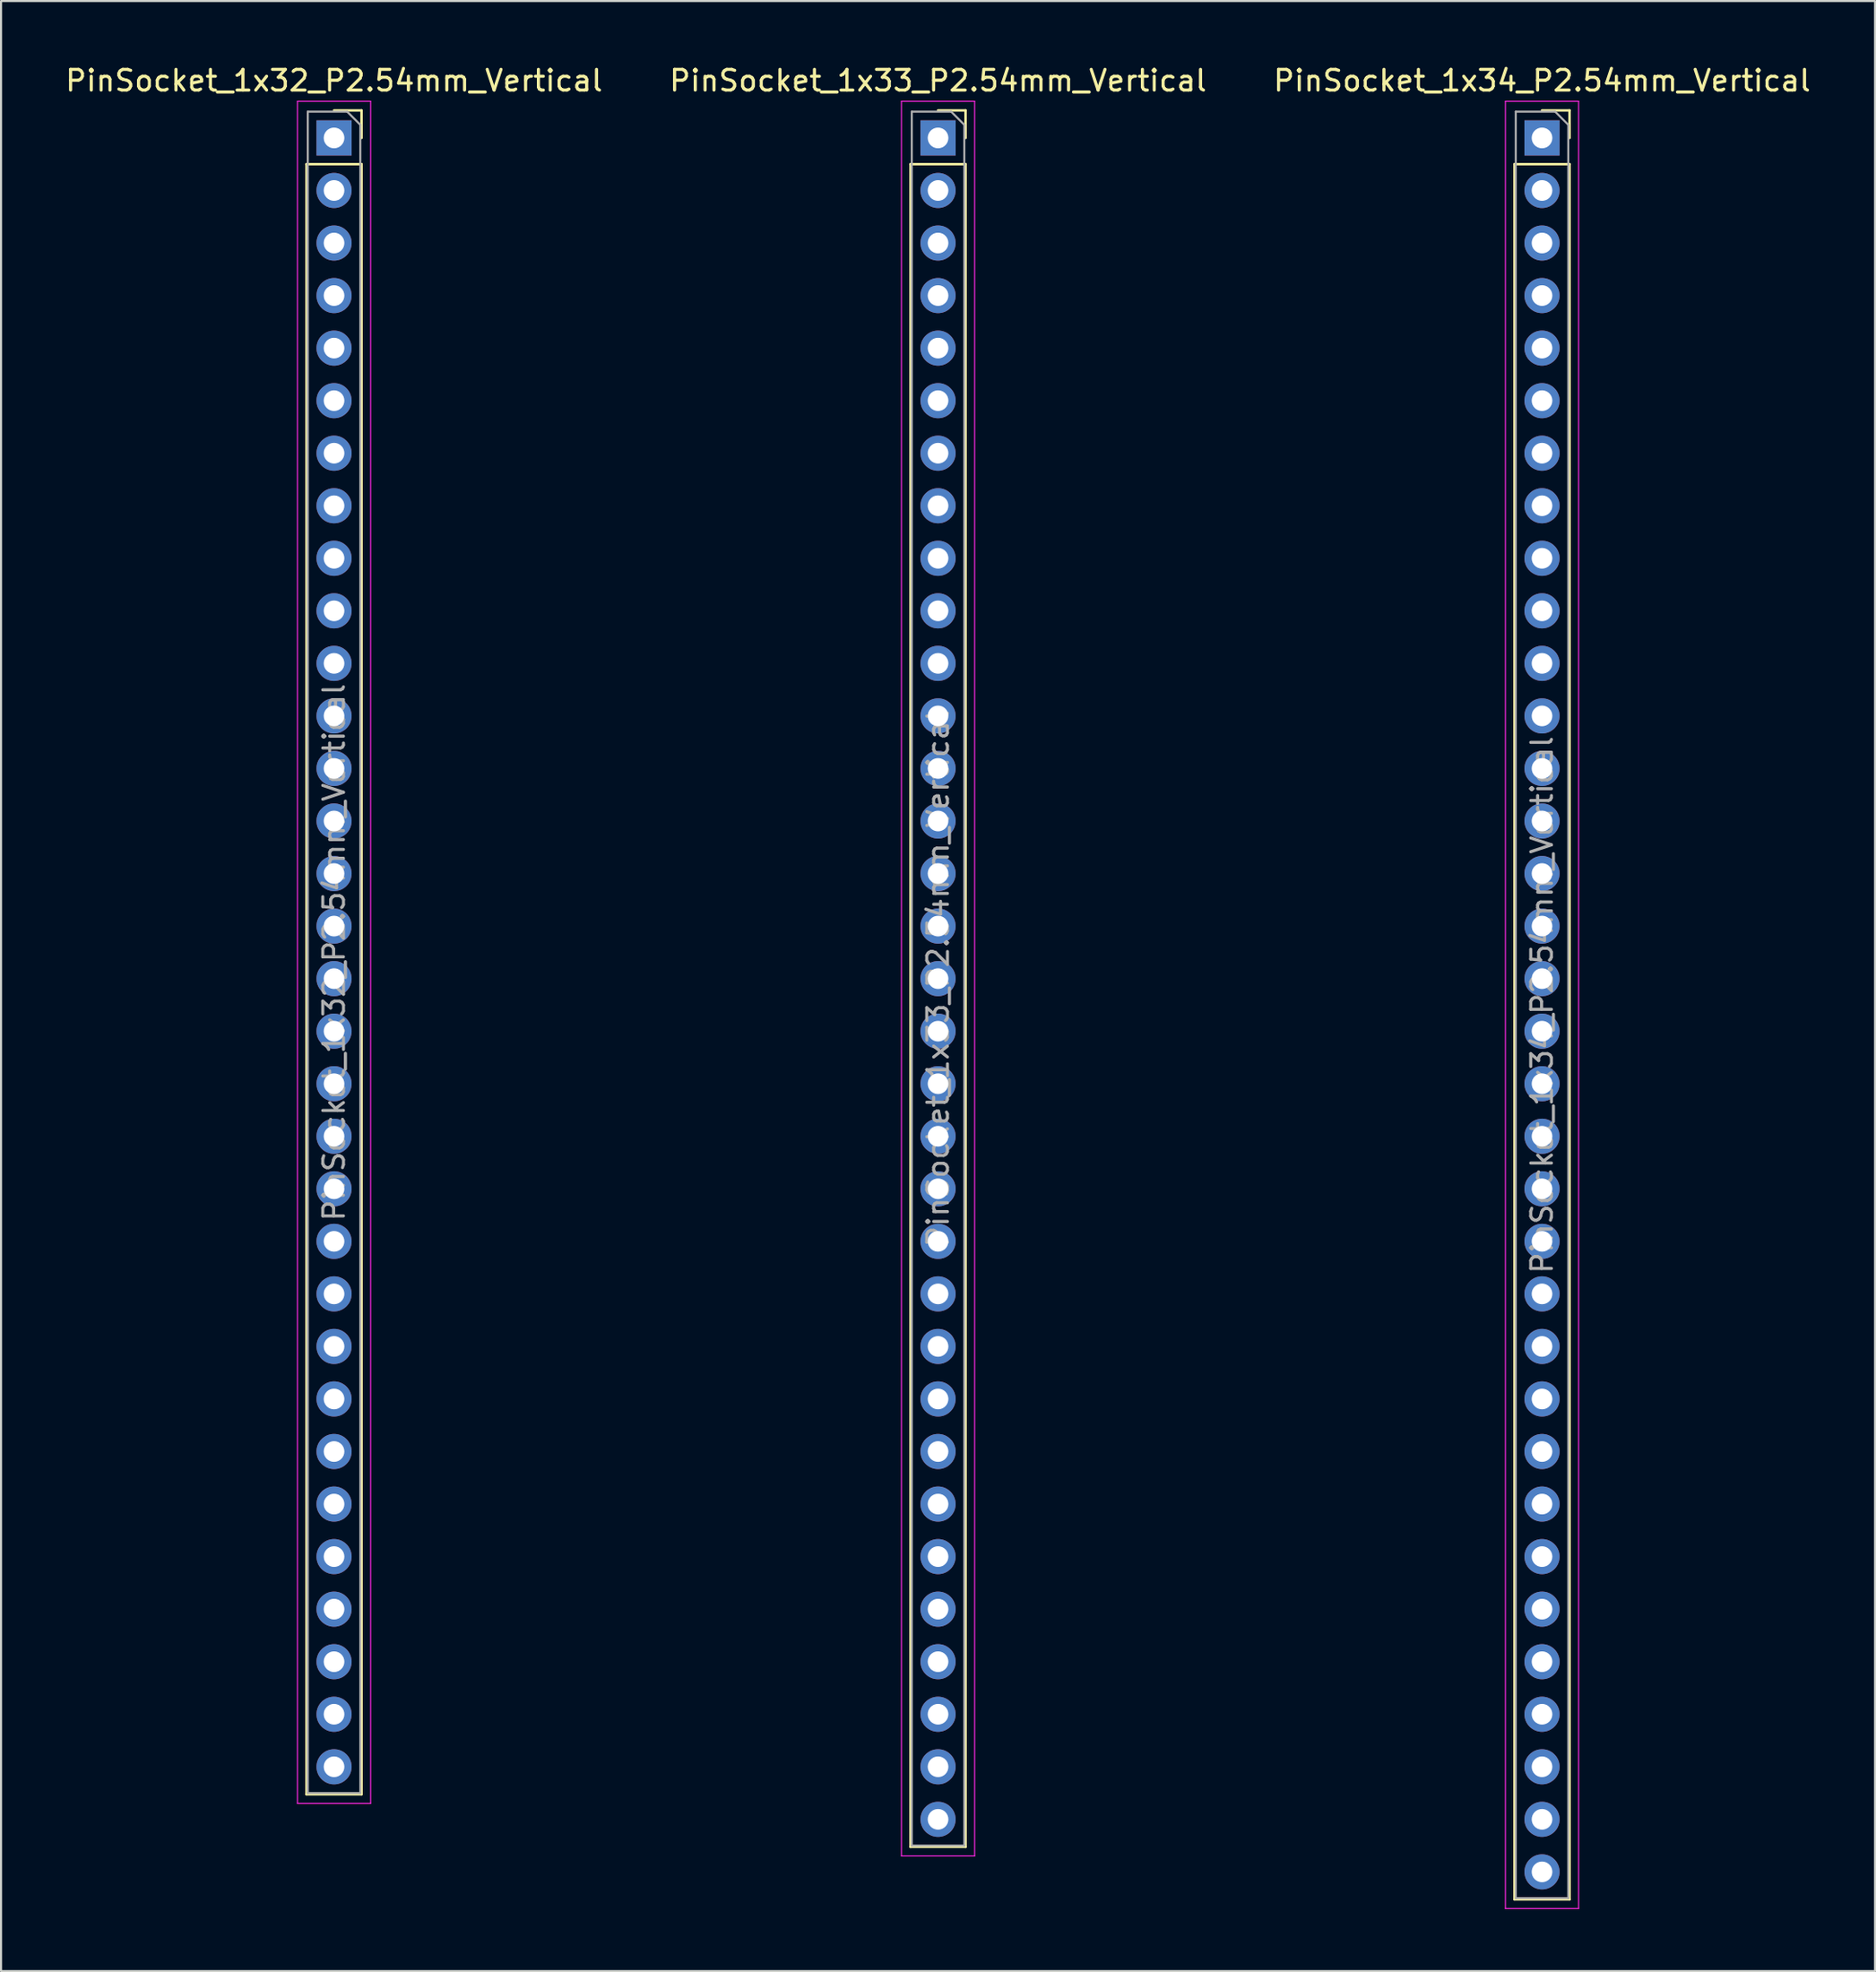
<source format=kicad_pcb>
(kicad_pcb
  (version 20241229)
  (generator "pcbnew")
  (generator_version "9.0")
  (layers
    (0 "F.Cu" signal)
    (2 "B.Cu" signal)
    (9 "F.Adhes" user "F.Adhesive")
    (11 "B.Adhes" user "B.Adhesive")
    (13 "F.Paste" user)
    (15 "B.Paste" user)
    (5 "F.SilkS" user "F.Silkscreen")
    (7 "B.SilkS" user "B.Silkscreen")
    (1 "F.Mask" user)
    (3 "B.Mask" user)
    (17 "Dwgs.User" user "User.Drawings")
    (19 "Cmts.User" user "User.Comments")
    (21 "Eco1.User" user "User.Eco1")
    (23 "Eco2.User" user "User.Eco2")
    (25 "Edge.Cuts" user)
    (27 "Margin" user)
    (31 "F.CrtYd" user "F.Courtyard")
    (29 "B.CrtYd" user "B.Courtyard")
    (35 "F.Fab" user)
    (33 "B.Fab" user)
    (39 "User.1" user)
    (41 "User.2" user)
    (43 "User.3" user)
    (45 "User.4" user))
  (footprint "PinSocket_1x33_P2.54mm_Vertical"
    (layer "F.Cu")
    (at 42.304 3.618)
    (property "Reference" "PinSocket_1x33_P2.54mm_Vertical" (at 0 -2.77 0) (layer "F.SilkS") (effects (font (size 1 1) (thickness 0.15))))
    (attr through_hole)
    (fp_line (start -1.33 1.27) (end -1.33 82.61) (stroke (width 0.12) (type solid)) (layer "F.SilkS"))
    (fp_line (start -1.33 1.27) (end 1.33 1.27) (stroke (width 0.12) (type solid)) (layer "F.SilkS"))
    (fp_line (start -1.33 82.61) (end 1.33 82.61) (stroke (width 0.12) (type solid)) (layer "F.SilkS"))
    (fp_line (start 0 -1.33) (end 1.33 -1.33) (stroke (width 0.12) (type solid)) (layer "F.SilkS"))
    (fp_line (start 1.33 -1.33) (end 1.33 0) (stroke (width 0.12) (type solid)) (layer "F.SilkS"))
    (fp_line (start 1.33 1.27) (end 1.33 82.61) (stroke (width 0.12) (type solid)) (layer "F.SilkS"))
    (fp_line (start -1.77 -1.77) (end 1.77 -1.77) (stroke (width 0.05) (type solid)) (layer "F.CrtYd"))
    (fp_line (start -1.77 83.05) (end -1.77 -1.77) (stroke (width 0.05) (type solid)) (layer "F.CrtYd"))
    (fp_line (start 1.77 -1.77) (end 1.77 83.05) (stroke (width 0.05) (type solid)) (layer "F.CrtYd"))
    (fp_line (start 1.77 83.05) (end -1.77 83.05) (stroke (width 0.05) (type solid)) (layer "F.CrtYd"))
    (fp_line (start -1.27 -1.27) (end 0.635 -1.27) (stroke (width 0.1) (type solid)) (layer "F.Fab"))
    (fp_line (start -1.27 82.55) (end -1.27 -1.27) (stroke (width 0.1) (type solid)) (layer "F.Fab"))
    (fp_line (start 0.635 -1.27) (end 1.27 -0.635) (stroke (width 0.1) (type solid)) (layer "F.Fab"))
    (fp_line (start 1.27 -0.635) (end 1.27 82.55) (stroke (width 0.1) (type solid)) (layer "F.Fab"))
    (fp_line (start 1.27 82.55) (end -1.27 82.55) (stroke (width 0.1) (type solid)) (layer "F.Fab"))
    (fp_text user "${REFERENCE}" (at 0 40.64 90) (layer "F.Fab") (effects (font (size 1 1) (thickness 0.15))))
    (pad "1" thru_hole rect (at 0 0) (size 1.7 1.7) (drill 1) (layers "*.Cu" "*.Mask"))
    (pad "2" thru_hole circle (at 0 2.54) (size 1.7 1.7) (drill 1) (layers "*.Cu" "*.Mask"))
    (pad "3" thru_hole circle (at 0 5.08) (size 1.7 1.7) (drill 1) (layers "*.Cu" "*.Mask"))
    (pad "4" thru_hole circle (at 0 7.62) (size 1.7 1.7) (drill 1) (layers "*.Cu" "*.Mask"))
    (pad "5" thru_hole circle (at 0 10.16) (size 1.7 1.7) (drill 1) (layers "*.Cu" "*.Mask"))
    (pad "6" thru_hole circle (at 0 12.7) (size 1.7 1.7) (drill 1) (layers "*.Cu" "*.Mask"))
    (pad "7" thru_hole circle (at 0 15.24) (size 1.7 1.7) (drill 1) (layers "*.Cu" "*.Mask"))
    (pad "8" thru_hole circle (at 0 17.78) (size 1.7 1.7) (drill 1) (layers "*.Cu" "*.Mask"))
    (pad "9" thru_hole circle (at 0 20.32) (size 1.7 1.7) (drill 1) (layers "*.Cu" "*.Mask"))
    (pad "10" thru_hole circle (at 0 22.86) (size 1.7 1.7) (drill 1) (layers "*.Cu" "*.Mask"))
    (pad "11" thru_hole circle (at 0 25.4) (size 1.7 1.7) (drill 1) (layers "*.Cu" "*.Mask"))
    (pad "12" thru_hole circle (at 0 27.94) (size 1.7 1.7) (drill 1) (layers "*.Cu" "*.Mask"))
    (pad "13" thru_hole circle (at 0 30.48) (size 1.7 1.7) (drill 1) (layers "*.Cu" "*.Mask"))
    (pad "14" thru_hole circle (at 0 33.02) (size 1.7 1.7) (drill 1) (layers "*.Cu" "*.Mask"))
    (pad "15" thru_hole circle (at 0 35.56) (size 1.7 1.7) (drill 1) (layers "*.Cu" "*.Mask"))
    (pad "16" thru_hole circle (at 0 38.1) (size 1.7 1.7) (drill 1) (layers "*.Cu" "*.Mask"))
    (pad "17" thru_hole circle (at 0 40.64) (size 1.7 1.7) (drill 1) (layers "*.Cu" "*.Mask"))
    (pad "18" thru_hole circle (at 0 43.18) (size 1.7 1.7) (drill 1) (layers "*.Cu" "*.Mask"))
    (pad "19" thru_hole circle (at 0 45.72) (size 1.7 1.7) (drill 1) (layers "*.Cu" "*.Mask"))
    (pad "20" thru_hole circle (at 0 48.26) (size 1.7 1.7) (drill 1) (layers "*.Cu" "*.Mask"))
    (pad "21" thru_hole circle (at 0 50.8) (size 1.7 1.7) (drill 1) (layers "*.Cu" "*.Mask"))
    (pad "22" thru_hole circle (at 0 53.34) (size 1.7 1.7) (drill 1) (layers "*.Cu" "*.Mask"))
    (pad "23" thru_hole circle (at 0 55.88) (size 1.7 1.7) (drill 1) (layers "*.Cu" "*.Mask"))
    (pad "24" thru_hole circle (at 0 58.42) (size 1.7 1.7) (drill 1) (layers "*.Cu" "*.Mask"))
    (pad "25" thru_hole circle (at 0 60.96) (size 1.7 1.7) (drill 1) (layers "*.Cu" "*.Mask"))
    (pad "26" thru_hole circle (at 0 63.5) (size 1.7 1.7) (drill 1) (layers "*.Cu" "*.Mask"))
    (pad "27" thru_hole circle (at 0 66.04) (size 1.7 1.7) (drill 1) (layers "*.Cu" "*.Mask"))
    (pad "28" thru_hole circle (at 0 68.58) (size 1.7 1.7) (drill 1) (layers "*.Cu" "*.Mask"))
    (pad "29" thru_hole circle (at 0 71.12) (size 1.7 1.7) (drill 1) (layers "*.Cu" "*.Mask"))
    (pad "30" thru_hole circle (at 0 73.66) (size 1.7 1.7) (drill 1) (layers "*.Cu" "*.Mask"))
    (pad "31" thru_hole circle (at 0 76.2) (size 1.7 1.7) (drill 1) (layers "*.Cu" "*.Mask"))
    (pad "32" thru_hole circle (at 0 78.74) (size 1.7 1.7) (drill 1) (layers "*.Cu" "*.Mask"))
    (pad "33" thru_hole circle (at 0 81.28) (size 1.7 1.7) (drill 1) (layers "*.Cu" "*.Mask")))
  (footprint "PinSocket_1x34_P2.54mm_Vertical"
    (layer "F.Cu")
    (at 71.506 3.618)
    (property "Reference" "PinSocket_1x34_P2.54mm_Vertical" (at 0 -2.77 0) (layer "F.SilkS") (effects (font (size 1 1) (thickness 0.15))))
    (attr through_hole)
    (fp_line (start -1.33 1.27) (end -1.33 85.15) (stroke (width 0.12) (type solid)) (layer "F.SilkS"))
    (fp_line (start -1.33 1.27) (end 1.33 1.27) (stroke (width 0.12) (type solid)) (layer "F.SilkS"))
    (fp_line (start -1.33 85.15) (end 1.33 85.15) (stroke (width 0.12) (type solid)) (layer "F.SilkS"))
    (fp_line (start 0 -1.33) (end 1.33 -1.33) (stroke (width 0.12) (type solid)) (layer "F.SilkS"))
    (fp_line (start 1.33 -1.33) (end 1.33 0) (stroke (width 0.12) (type solid)) (layer "F.SilkS"))
    (fp_line (start 1.33 1.27) (end 1.33 85.15) (stroke (width 0.12) (type solid)) (layer "F.SilkS"))
    (fp_line (start -1.77 -1.77) (end 1.77 -1.77) (stroke (width 0.05) (type solid)) (layer "F.CrtYd"))
    (fp_line (start -1.77 85.59) (end -1.77 -1.77) (stroke (width 0.05) (type solid)) (layer "F.CrtYd"))
    (fp_line (start 1.77 -1.77) (end 1.77 85.59) (stroke (width 0.05) (type solid)) (layer "F.CrtYd"))
    (fp_line (start 1.77 85.59) (end -1.77 85.59) (stroke (width 0.05) (type solid)) (layer "F.CrtYd"))
    (fp_line (start -1.27 -1.27) (end 0.635 -1.27) (stroke (width 0.1) (type solid)) (layer "F.Fab"))
    (fp_line (start -1.27 85.09) (end -1.27 -1.27) (stroke (width 0.1) (type solid)) (layer "F.Fab"))
    (fp_line (start 0.635 -1.27) (end 1.27 -0.635) (stroke (width 0.1) (type solid)) (layer "F.Fab"))
    (fp_line (start 1.27 -0.635) (end 1.27 85.09) (stroke (width 0.1) (type solid)) (layer "F.Fab"))
    (fp_line (start 1.27 85.09) (end -1.27 85.09) (stroke (width 0.1) (type solid)) (layer "F.Fab"))
    (fp_text user "${REFERENCE}" (at 0 41.91 90) (layer "F.Fab") (effects (font (size 1 1) (thickness 0.15))))
    (pad "1" thru_hole rect (at 0 0) (size 1.7 1.7) (drill 1) (layers "*.Cu" "*.Mask"))
    (pad "2" thru_hole circle (at 0 2.54) (size 1.7 1.7) (drill 1) (layers "*.Cu" "*.Mask"))
    (pad "3" thru_hole circle (at 0 5.08) (size 1.7 1.7) (drill 1) (layers "*.Cu" "*.Mask"))
    (pad "4" thru_hole circle (at 0 7.62) (size 1.7 1.7) (drill 1) (layers "*.Cu" "*.Mask"))
    (pad "5" thru_hole circle (at 0 10.16) (size 1.7 1.7) (drill 1) (layers "*.Cu" "*.Mask"))
    (pad "6" thru_hole circle (at 0 12.7) (size 1.7 1.7) (drill 1) (layers "*.Cu" "*.Mask"))
    (pad "7" thru_hole circle (at 0 15.24) (size 1.7 1.7) (drill 1) (layers "*.Cu" "*.Mask"))
    (pad "8" thru_hole circle (at 0 17.78) (size 1.7 1.7) (drill 1) (layers "*.Cu" "*.Mask"))
    (pad "9" thru_hole circle (at 0 20.32) (size 1.7 1.7) (drill 1) (layers "*.Cu" "*.Mask"))
    (pad "10" thru_hole circle (at 0 22.86) (size 1.7 1.7) (drill 1) (layers "*.Cu" "*.Mask"))
    (pad "11" thru_hole circle (at 0 25.4) (size 1.7 1.7) (drill 1) (layers "*.Cu" "*.Mask"))
    (pad "12" thru_hole circle (at 0 27.94) (size 1.7 1.7) (drill 1) (layers "*.Cu" "*.Mask"))
    (pad "13" thru_hole circle (at 0 30.48) (size 1.7 1.7) (drill 1) (layers "*.Cu" "*.Mask"))
    (pad "14" thru_hole circle (at 0 33.02) (size 1.7 1.7) (drill 1) (layers "*.Cu" "*.Mask"))
    (pad "15" thru_hole circle (at 0 35.56) (size 1.7 1.7) (drill 1) (layers "*.Cu" "*.Mask"))
    (pad "16" thru_hole circle (at 0 38.1) (size 1.7 1.7) (drill 1) (layers "*.Cu" "*.Mask"))
    (pad "17" thru_hole circle (at 0 40.64) (size 1.7 1.7) (drill 1) (layers "*.Cu" "*.Mask"))
    (pad "18" thru_hole circle (at 0 43.18) (size 1.7 1.7) (drill 1) (layers "*.Cu" "*.Mask"))
    (pad "19" thru_hole circle (at 0 45.72) (size 1.7 1.7) (drill 1) (layers "*.Cu" "*.Mask"))
    (pad "20" thru_hole circle (at 0 48.26) (size 1.7 1.7) (drill 1) (layers "*.Cu" "*.Mask"))
    (pad "21" thru_hole circle (at 0 50.8) (size 1.7 1.7) (drill 1) (layers "*.Cu" "*.Mask"))
    (pad "22" thru_hole circle (at 0 53.34) (size 1.7 1.7) (drill 1) (layers "*.Cu" "*.Mask"))
    (pad "23" thru_hole circle (at 0 55.88) (size 1.7 1.7) (drill 1) (layers "*.Cu" "*.Mask"))
    (pad "24" thru_hole circle (at 0 58.42) (size 1.7 1.7) (drill 1) (layers "*.Cu" "*.Mask"))
    (pad "25" thru_hole circle (at 0 60.96) (size 1.7 1.7) (drill 1) (layers "*.Cu" "*.Mask"))
    (pad "26" thru_hole circle (at 0 63.5) (size 1.7 1.7) (drill 1) (layers "*.Cu" "*.Mask"))
    (pad "27" thru_hole circle (at 0 66.04) (size 1.7 1.7) (drill 1) (layers "*.Cu" "*.Mask"))
    (pad "28" thru_hole circle (at 0 68.58) (size 1.7 1.7) (drill 1) (layers "*.Cu" "*.Mask"))
    (pad "29" thru_hole circle (at 0 71.12) (size 1.7 1.7) (drill 1) (layers "*.Cu" "*.Mask"))
    (pad "30" thru_hole circle (at 0 73.66) (size 1.7 1.7) (drill 1) (layers "*.Cu" "*.Mask"))
    (pad "31" thru_hole circle (at 0 76.2) (size 1.7 1.7) (drill 1) (layers "*.Cu" "*.Mask"))
    (pad "32" thru_hole circle (at 0 78.74) (size 1.7 1.7) (drill 1) (layers "*.Cu" "*.Mask"))
    (pad "33" thru_hole circle (at 0 81.28) (size 1.7 1.7) (drill 1) (layers "*.Cu" "*.Mask"))
    (pad "34" thru_hole circle (at 0 83.82) (size 1.7 1.7) (drill 1) (layers "*.Cu" "*.Mask")))
  (footprint "PinSocket_1x32_P2.54mm_Vertical"
    (layer "F.Cu")
    (at 13.101 3.618)
    (property "Reference" "PinSocket_1x32_P2.54mm_Vertical" (at 0 -2.77 0) (layer "F.SilkS") (effects (font (size 1 1) (thickness 0.15))))
    (attr through_hole)
    (fp_line (start -1.33 1.27) (end -1.33 80.07) (stroke (width 0.12) (type solid)) (layer "F.SilkS"))
    (fp_line (start -1.33 1.27) (end 1.33 1.27) (stroke (width 0.12) (type solid)) (layer "F.SilkS"))
    (fp_line (start -1.33 80.07) (end 1.33 80.07) (stroke (width 0.12) (type solid)) (layer "F.SilkS"))
    (fp_line (start 0 -1.33) (end 1.33 -1.33) (stroke (width 0.12) (type solid)) (layer "F.SilkS"))
    (fp_line (start 1.33 -1.33) (end 1.33 0) (stroke (width 0.12) (type solid)) (layer "F.SilkS"))
    (fp_line (start 1.33 1.27) (end 1.33 80.07) (stroke (width 0.12) (type solid)) (layer "F.SilkS"))
    (fp_line (start -1.77 -1.77) (end 1.77 -1.77) (stroke (width 0.05) (type solid)) (layer "F.CrtYd"))
    (fp_line (start -1.77 80.51) (end -1.77 -1.77) (stroke (width 0.05) (type solid)) (layer "F.CrtYd"))
    (fp_line (start 1.77 -1.77) (end 1.77 80.51) (stroke (width 0.05) (type solid)) (layer "F.CrtYd"))
    (fp_line (start 1.77 80.51) (end -1.77 80.51) (stroke (width 0.05) (type solid)) (layer "F.CrtYd"))
    (fp_line (start -1.27 -1.27) (end 0.635 -1.27) (stroke (width 0.1) (type solid)) (layer "F.Fab"))
    (fp_line (start -1.27 80.01) (end -1.27 -1.27) (stroke (width 0.1) (type solid)) (layer "F.Fab"))
    (fp_line (start 0.635 -1.27) (end 1.27 -0.635) (stroke (width 0.1) (type solid)) (layer "F.Fab"))
    (fp_line (start 1.27 -0.635) (end 1.27 80.01) (stroke (width 0.1) (type solid)) (layer "F.Fab"))
    (fp_line (start 1.27 80.01) (end -1.27 80.01) (stroke (width 0.1) (type solid)) (layer "F.Fab"))
    (fp_text user "${REFERENCE}" (at 0 39.37 90) (layer "F.Fab") (effects (font (size 1 1) (thickness 0.15))))
    (pad "1" thru_hole rect (at 0 0) (size 1.7 1.7) (drill 1) (layers "*.Cu" "*.Mask"))
    (pad "2" thru_hole circle (at 0 2.54) (size 1.7 1.7) (drill 1) (layers "*.Cu" "*.Mask"))
    (pad "3" thru_hole circle (at 0 5.08) (size 1.7 1.7) (drill 1) (layers "*.Cu" "*.Mask"))
    (pad "4" thru_hole circle (at 0 7.62) (size 1.7 1.7) (drill 1) (layers "*.Cu" "*.Mask"))
    (pad "5" thru_hole circle (at 0 10.16) (size 1.7 1.7) (drill 1) (layers "*.Cu" "*.Mask"))
    (pad "6" thru_hole circle (at 0 12.7) (size 1.7 1.7) (drill 1) (layers "*.Cu" "*.Mask"))
    (pad "7" thru_hole circle (at 0 15.24) (size 1.7 1.7) (drill 1) (layers "*.Cu" "*.Mask"))
    (pad "8" thru_hole circle (at 0 17.78) (size 1.7 1.7) (drill 1) (layers "*.Cu" "*.Mask"))
    (pad "9" thru_hole circle (at 0 20.32) (size 1.7 1.7) (drill 1) (layers "*.Cu" "*.Mask"))
    (pad "10" thru_hole circle (at 0 22.86) (size 1.7 1.7) (drill 1) (layers "*.Cu" "*.Mask"))
    (pad "11" thru_hole circle (at 0 25.4) (size 1.7 1.7) (drill 1) (layers "*.Cu" "*.Mask"))
    (pad "12" thru_hole circle (at 0 27.94) (size 1.7 1.7) (drill 1) (layers "*.Cu" "*.Mask"))
    (pad "13" thru_hole circle (at 0 30.48) (size 1.7 1.7) (drill 1) (layers "*.Cu" "*.Mask"))
    (pad "14" thru_hole circle (at 0 33.02) (size 1.7 1.7) (drill 1) (layers "*.Cu" "*.Mask"))
    (pad "15" thru_hole circle (at 0 35.56) (size 1.7 1.7) (drill 1) (layers "*.Cu" "*.Mask"))
    (pad "16" thru_hole circle (at 0 38.1) (size 1.7 1.7) (drill 1) (layers "*.Cu" "*.Mask"))
    (pad "17" thru_hole circle (at 0 40.64) (size 1.7 1.7) (drill 1) (layers "*.Cu" "*.Mask"))
    (pad "18" thru_hole circle (at 0 43.18) (size 1.7 1.7) (drill 1) (layers "*.Cu" "*.Mask"))
    (pad "19" thru_hole circle (at 0 45.72) (size 1.7 1.7) (drill 1) (layers "*.Cu" "*.Mask"))
    (pad "20" thru_hole circle (at 0 48.26) (size 1.7 1.7) (drill 1) (layers "*.Cu" "*.Mask"))
    (pad "21" thru_hole circle (at 0 50.8) (size 1.7 1.7) (drill 1) (layers "*.Cu" "*.Mask"))
    (pad "22" thru_hole circle (at 0 53.34) (size 1.7 1.7) (drill 1) (layers "*.Cu" "*.Mask"))
    (pad "23" thru_hole circle (at 0 55.88) (size 1.7 1.7) (drill 1) (layers "*.Cu" "*.Mask"))
    (pad "24" thru_hole circle (at 0 58.42) (size 1.7 1.7) (drill 1) (layers "*.Cu" "*.Mask"))
    (pad "25" thru_hole circle (at 0 60.96) (size 1.7 1.7) (drill 1) (layers "*.Cu" "*.Mask"))
    (pad "26" thru_hole circle (at 0 63.5) (size 1.7 1.7) (drill 1) (layers "*.Cu" "*.Mask"))
    (pad "27" thru_hole circle (at 0 66.04) (size 1.7 1.7) (drill 1) (layers "*.Cu" "*.Mask"))
    (pad "28" thru_hole circle (at 0 68.58) (size 1.7 1.7) (drill 1) (layers "*.Cu" "*.Mask"))
    (pad "29" thru_hole circle (at 0 71.12) (size 1.7 1.7) (drill 1) (layers "*.Cu" "*.Mask"))
    (pad "30" thru_hole circle (at 0 73.66) (size 1.7 1.7) (drill 1) (layers "*.Cu" "*.Mask"))
    (pad "31" thru_hole circle (at 0 76.2) (size 1.7 1.7) (drill 1) (layers "*.Cu" "*.Mask"))
    (pad "32" thru_hole circle (at 0 78.74) (size 1.7 1.7) (drill 1) (layers "*.Cu" "*.Mask")))
  (gr_rect
    (start -3 -3)
    (end 87.607 92.233)
    (stroke (width 0.1) (type default))
    (fill no)
    (layer "Edge.Cuts")))
</source>
